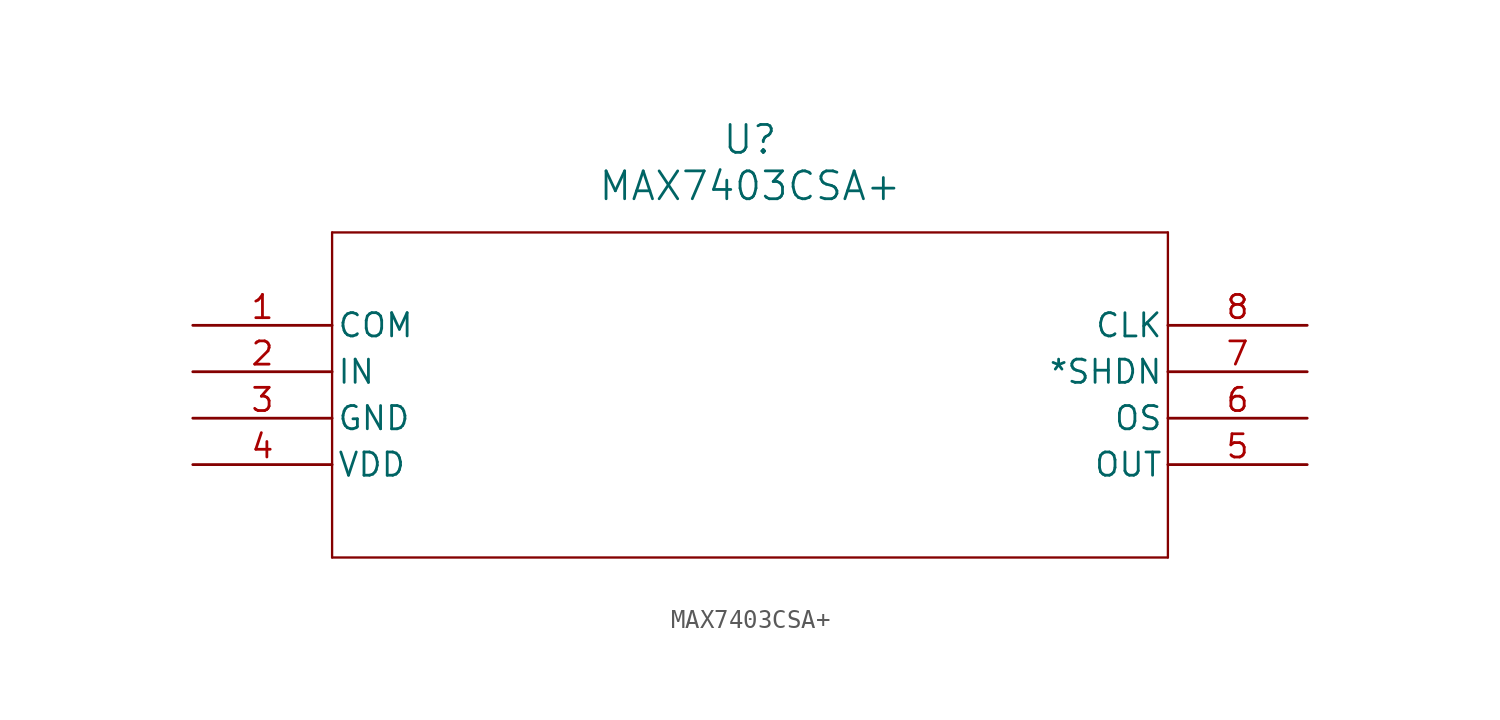
<source format=kicad_sym>
(kicad_symbol_lib
  (version 20211014)
  (generator kicad_symbol_editor)
  (symbol "MAX7403CSA+"
    (pin_names
      (offset 0.254))
    (property "Reference" "U"
      (at 30.48 10.16 0)
      (effects (font (size 1.524 1.524))))
    (property "Value" "MAX7403CSA+"
      (at 30.48 7.62 0)
      (effects (font (size 1.524 1.524))))
    (symbol "MAX7403CSA+_0_1"
      (polyline (pts (xy 7.62 5.08) (xy 7.62 -12.7)) (stroke (width 0.127) (type default) (color 0 0 0 0)) (fill (type none)))
      (polyline (pts (xy 7.62 -12.7) (xy 53.34 -12.7)) (stroke (width 0.127) (type default) (color 0 0 0 0)) (fill (type none)))
      (polyline (pts (xy 53.34 -12.7) (xy 53.34 5.08)) (stroke (width 0.127) (type default) (color 0 0 0 0)) (fill (type none)))
      (polyline (pts (xy 53.34 5.08) (xy 7.62 5.08)) (stroke (width 0.127) (type default) (color 0 0 0 0)) (fill (type none)))
      (pin input line (at 0 0 0) (length 7.62) (name "COM" (effects (font (size 1.27 1.27)))) (number "1" (effects (font (size 1.27 1.27)))))
      (pin input line (at 0 -2.54 0) (length 7.62) (name "IN" (effects (font (size 1.27 1.27)))) (number "2" (effects (font (size 1.27 1.27)))))
      (pin power_in line (at 0 -5.08 0) (length 7.62) (name "GND" (effects (font (size 1.27 1.27)))) (number "3" (effects (font (size 1.27 1.27)))))
      (pin power_in line (at 0 -7.62 0) (length 7.62) (name "VDD" (effects (font (size 1.27 1.27)))) (number "4" (effects (font (size 1.27 1.27)))))
      (pin output line (at 60.96 -7.62 180) (length 7.62) (name "OUT" (effects (font (size 1.27 1.27)))) (number "5" (effects (font (size 1.27 1.27)))))
      (pin input line (at 60.96 -5.08 180) (length 7.62) (name "OS" (effects (font (size 1.27 1.27)))) (number "6" (effects (font (size 1.27 1.27)))))
      (pin input line (at 60.96 -2.54 180) (length 7.62) (name "*SHDN" (effects (font (size 1.27 1.27)))) (number "7" (effects (font (size 1.27 1.27)))))
      (pin input line (at 60.96 0 180) (length 7.62) (name "CLK" (effects (font (size 1.27 1.27)))) (number "8" (effects (font (size 1.27 1.27))))))))
</source>
